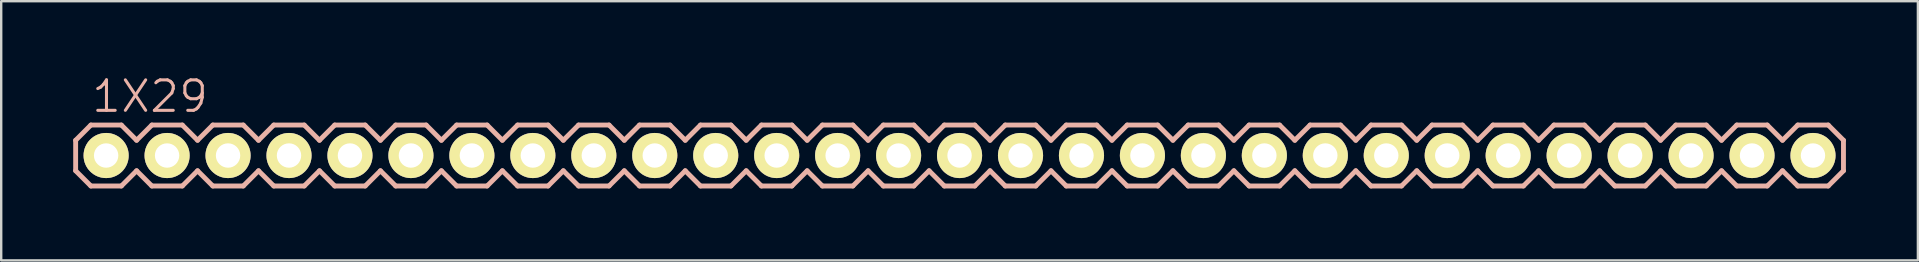
<source format=kicad_pcb>
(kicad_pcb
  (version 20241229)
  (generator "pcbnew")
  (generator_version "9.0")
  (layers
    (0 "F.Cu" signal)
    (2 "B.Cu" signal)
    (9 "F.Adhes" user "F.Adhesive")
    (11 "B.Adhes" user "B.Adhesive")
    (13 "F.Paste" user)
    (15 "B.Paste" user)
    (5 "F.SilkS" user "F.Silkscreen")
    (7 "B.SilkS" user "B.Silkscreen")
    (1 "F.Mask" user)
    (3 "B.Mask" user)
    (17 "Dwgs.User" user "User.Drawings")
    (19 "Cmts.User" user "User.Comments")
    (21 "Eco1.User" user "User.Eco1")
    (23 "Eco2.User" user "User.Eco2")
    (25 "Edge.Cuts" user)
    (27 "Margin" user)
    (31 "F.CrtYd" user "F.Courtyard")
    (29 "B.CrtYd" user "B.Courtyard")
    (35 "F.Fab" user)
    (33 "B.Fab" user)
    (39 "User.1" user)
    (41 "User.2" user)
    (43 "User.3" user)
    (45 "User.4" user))
  (footprint "1X29"
    (layer "F.Cu")
    (at 1.372 3.43)
    (property "Reference" "1X29" (at 1.829 -2.464 0) (layer "B.SilkS") (effects (font (size 1.27 1.27) (thickness 0.127))))
    (attr exclude_from_pos_files exclude_from_bom)
    (fp_line (start -0.254 -0.254) (end 0.254 -0.254) (stroke (width 0.066) (type solid)) (layer "F.SilkS"))
    (fp_line (start -0.254 0.254) (end -0.254 -0.254) (stroke (width 0.066) (type solid)) (layer "F.SilkS"))
    (fp_line (start -0.254 0.254) (end 0.254 0.254) (stroke (width 0.066) (type solid)) (layer "F.SilkS"))
    (fp_line (start 0.254 0.254) (end 0.254 -0.254) (stroke (width 0.066) (type solid)) (layer "F.SilkS"))
    (fp_line (start 2.286 -0.254) (end 2.794 -0.254) (stroke (width 0.066) (type solid)) (layer "F.SilkS"))
    (fp_line (start 2.286 0.254) (end 2.286 -0.254) (stroke (width 0.066) (type solid)) (layer "F.SilkS"))
    (fp_line (start 2.286 0.254) (end 2.794 0.254) (stroke (width 0.066) (type solid)) (layer "F.SilkS"))
    (fp_line (start 2.794 0.254) (end 2.794 -0.254) (stroke (width 0.066) (type solid)) (layer "F.SilkS"))
    (fp_line (start 4.826 -0.254) (end 5.334 -0.254) (stroke (width 0.066) (type solid)) (layer "F.SilkS"))
    (fp_line (start 4.826 0.254) (end 4.826 -0.254) (stroke (width 0.066) (type solid)) (layer "F.SilkS"))
    (fp_line (start 4.826 0.254) (end 5.334 0.254) (stroke (width 0.066) (type solid)) (layer "F.SilkS"))
    (fp_line (start 5.334 0.254) (end 5.334 -0.254) (stroke (width 0.066) (type solid)) (layer "F.SilkS"))
    (fp_line (start 7.366 -0.254) (end 7.874 -0.254) (stroke (width 0.066) (type solid)) (layer "F.SilkS"))
    (fp_line (start 7.366 0.254) (end 7.366 -0.254) (stroke (width 0.066) (type solid)) (layer "F.SilkS"))
    (fp_line (start 7.366 0.254) (end 7.874 0.254) (stroke (width 0.066) (type solid)) (layer "F.SilkS"))
    (fp_line (start 7.874 0.254) (end 7.874 -0.254) (stroke (width 0.066) (type solid)) (layer "F.SilkS"))
    (fp_line (start 9.906 -0.254) (end 10.414 -0.254) (stroke (width 0.066) (type solid)) (layer "F.SilkS"))
    (fp_line (start 9.906 0.254) (end 9.906 -0.254) (stroke (width 0.066) (type solid)) (layer "F.SilkS"))
    (fp_line (start 9.906 0.254) (end 10.414 0.254) (stroke (width 0.066) (type solid)) (layer "F.SilkS"))
    (fp_line (start 10.414 0.254) (end 10.414 -0.254) (stroke (width 0.066) (type solid)) (layer "F.SilkS"))
    (fp_line (start 12.446 -0.254) (end 12.954 -0.254) (stroke (width 0.066) (type solid)) (layer "F.SilkS"))
    (fp_line (start 12.446 0.254) (end 12.446 -0.254) (stroke (width 0.066) (type solid)) (layer "F.SilkS"))
    (fp_line (start 12.446 0.254) (end 12.954 0.254) (stroke (width 0.066) (type solid)) (layer "F.SilkS"))
    (fp_line (start 12.954 0.254) (end 12.954 -0.254) (stroke (width 0.066) (type solid)) (layer "F.SilkS"))
    (fp_line (start 14.986 -0.254) (end 15.494 -0.254) (stroke (width 0.066) (type solid)) (layer "F.SilkS"))
    (fp_line (start 14.986 0.254) (end 14.986 -0.254) (stroke (width 0.066) (type solid)) (layer "F.SilkS"))
    (fp_line (start 14.986 0.254) (end 15.494 0.254) (stroke (width 0.066) (type solid)) (layer "F.SilkS"))
    (fp_line (start 15.494 0.254) (end 15.494 -0.254) (stroke (width 0.066) (type solid)) (layer "F.SilkS"))
    (fp_line (start 17.523 -0.254) (end 18.034 -0.254) (stroke (width 0.066) (type solid)) (layer "F.SilkS"))
    (fp_line (start 17.523 0.254) (end 17.523 -0.254) (stroke (width 0.066) (type solid)) (layer "F.SilkS"))
    (fp_line (start 17.523 0.254) (end 18.034 0.254) (stroke (width 0.066) (type solid)) (layer "F.SilkS"))
    (fp_line (start 18.034 0.254) (end 18.034 -0.254) (stroke (width 0.066) (type solid)) (layer "F.SilkS"))
    (fp_line (start 20.066 -0.254) (end 20.574 -0.254) (stroke (width 0.066) (type solid)) (layer "F.SilkS"))
    (fp_line (start 20.066 0.254) (end 20.066 -0.254) (stroke (width 0.066) (type solid)) (layer "F.SilkS"))
    (fp_line (start 20.066 0.254) (end 20.574 0.254) (stroke (width 0.066) (type solid)) (layer "F.SilkS"))
    (fp_line (start 20.574 0.254) (end 20.574 -0.254) (stroke (width 0.066) (type solid)) (layer "F.SilkS"))
    (fp_line (start 22.606 -0.254) (end 23.114 -0.254) (stroke (width 0.066) (type solid)) (layer "F.SilkS"))
    (fp_line (start 22.606 0.254) (end 22.606 -0.254) (stroke (width 0.066) (type solid)) (layer "F.SilkS"))
    (fp_line (start 22.606 0.254) (end 23.114 0.254) (stroke (width 0.066) (type solid)) (layer "F.SilkS"))
    (fp_line (start 23.114 0.254) (end 23.114 -0.254) (stroke (width 0.066) (type solid)) (layer "F.SilkS"))
    (fp_line (start 25.146 -0.254) (end 25.654 -0.254) (stroke (width 0.066) (type solid)) (layer "F.SilkS"))
    (fp_line (start 25.146 0.254) (end 25.146 -0.254) (stroke (width 0.066) (type solid)) (layer "F.SilkS"))
    (fp_line (start 25.146 0.254) (end 25.654 0.254) (stroke (width 0.066) (type solid)) (layer "F.SilkS"))
    (fp_line (start 25.654 0.254) (end 25.654 -0.254) (stroke (width 0.066) (type solid)) (layer "F.SilkS"))
    (fp_line (start 27.686 -0.254) (end 28.194 -0.254) (stroke (width 0.066) (type solid)) (layer "F.SilkS"))
    (fp_line (start 27.686 0.254) (end 27.686 -0.254) (stroke (width 0.066) (type solid)) (layer "F.SilkS"))
    (fp_line (start 27.686 0.254) (end 28.194 0.254) (stroke (width 0.066) (type solid)) (layer "F.SilkS"))
    (fp_line (start 28.194 0.254) (end 28.194 -0.254) (stroke (width 0.066) (type solid)) (layer "F.SilkS"))
    (fp_line (start 30.226 -0.254) (end 30.734 -0.254) (stroke (width 0.066) (type solid)) (layer "F.SilkS"))
    (fp_line (start 30.226 0.254) (end 30.226 -0.254) (stroke (width 0.066) (type solid)) (layer "F.SilkS"))
    (fp_line (start 30.226 0.254) (end 30.734 0.254) (stroke (width 0.066) (type solid)) (layer "F.SilkS"))
    (fp_line (start 30.734 0.254) (end 30.734 -0.254) (stroke (width 0.066) (type solid)) (layer "F.SilkS"))
    (fp_line (start 32.766 -0.254) (end 33.274 -0.254) (stroke (width 0.066) (type solid)) (layer "F.SilkS"))
    (fp_line (start 32.766 0.254) (end 32.766 -0.254) (stroke (width 0.066) (type solid)) (layer "F.SilkS"))
    (fp_line (start 32.766 0.254) (end 33.274 0.254) (stroke (width 0.066) (type solid)) (layer "F.SilkS"))
    (fp_line (start 33.274 0.254) (end 33.274 -0.254) (stroke (width 0.066) (type solid)) (layer "F.SilkS"))
    (fp_line (start 35.303 -0.254) (end 35.814 -0.254) (stroke (width 0.066) (type solid)) (layer "F.SilkS"))
    (fp_line (start 35.303 0.254) (end 35.303 -0.254) (stroke (width 0.066) (type solid)) (layer "F.SilkS"))
    (fp_line (start 35.303 0.254) (end 35.814 0.254) (stroke (width 0.066) (type solid)) (layer "F.SilkS"))
    (fp_line (start 35.814 0.254) (end 35.814 -0.254) (stroke (width 0.066) (type solid)) (layer "F.SilkS"))
    (fp_line (start 37.846 -0.254) (end 38.354 -0.254) (stroke (width 0.066) (type solid)) (layer "F.SilkS"))
    (fp_line (start 37.846 0.254) (end 37.846 -0.254) (stroke (width 0.066) (type solid)) (layer "F.SilkS"))
    (fp_line (start 37.846 0.254) (end 38.354 0.254) (stroke (width 0.066) (type solid)) (layer "F.SilkS"))
    (fp_line (start 38.354 0.254) (end 38.354 -0.254) (stroke (width 0.066) (type solid)) (layer "F.SilkS"))
    (fp_line (start 40.386 -0.254) (end 40.894 -0.254) (stroke (width 0.066) (type solid)) (layer "F.SilkS"))
    (fp_line (start 40.386 0.254) (end 40.386 -0.254) (stroke (width 0.066) (type solid)) (layer "F.SilkS"))
    (fp_line (start 40.386 0.254) (end 40.894 0.254) (stroke (width 0.066) (type solid)) (layer "F.SilkS"))
    (fp_line (start 40.894 0.254) (end 40.894 -0.254) (stroke (width 0.066) (type solid)) (layer "F.SilkS"))
    (fp_line (start 42.926 -0.254) (end 43.434 -0.254) (stroke (width 0.066) (type solid)) (layer "F.SilkS"))
    (fp_line (start 42.926 0.254) (end 42.926 -0.254) (stroke (width 0.066) (type solid)) (layer "F.SilkS"))
    (fp_line (start 42.926 0.254) (end 43.434 0.254) (stroke (width 0.066) (type solid)) (layer "F.SilkS"))
    (fp_line (start 43.434 0.254) (end 43.434 -0.254) (stroke (width 0.066) (type solid)) (layer "F.SilkS"))
    (fp_line (start 45.466 -0.254) (end 45.974 -0.254) (stroke (width 0.066) (type solid)) (layer "F.SilkS"))
    (fp_line (start 45.466 0.254) (end 45.466 -0.254) (stroke (width 0.066) (type solid)) (layer "F.SilkS"))
    (fp_line (start 45.466 0.254) (end 45.974 0.254) (stroke (width 0.066) (type solid)) (layer "F.SilkS"))
    (fp_line (start 45.974 0.254) (end 45.974 -0.254) (stroke (width 0.066) (type solid)) (layer "F.SilkS"))
    (fp_line (start 48.006 -0.254) (end 48.514 -0.254) (stroke (width 0.066) (type solid)) (layer "F.SilkS"))
    (fp_line (start 48.006 0.254) (end 48.006 -0.254) (stroke (width 0.066) (type solid)) (layer "F.SilkS"))
    (fp_line (start 48.006 0.254) (end 48.514 0.254) (stroke (width 0.066) (type solid)) (layer "F.SilkS"))
    (fp_line (start 48.514 0.254) (end 48.514 -0.254) (stroke (width 0.066) (type solid)) (layer "F.SilkS"))
    (fp_line (start 50.546 -0.254) (end 51.051 -0.254) (stroke (width 0.066) (type solid)) (layer "F.SilkS"))
    (fp_line (start 50.546 0.254) (end 50.546 -0.254) (stroke (width 0.066) (type solid)) (layer "F.SilkS"))
    (fp_line (start 50.546 0.254) (end 51.051 0.254) (stroke (width 0.066) (type solid)) (layer "F.SilkS"))
    (fp_line (start 51.051 0.254) (end 51.051 -0.254) (stroke (width 0.066) (type solid)) (layer "F.SilkS"))
    (fp_line (start 53.086 -0.254) (end 53.594 -0.254) (stroke (width 0.066) (type solid)) (layer "F.SilkS"))
    (fp_line (start 53.086 0.254) (end 53.086 -0.254) (stroke (width 0.066) (type solid)) (layer "F.SilkS"))
    (fp_line (start 53.086 0.254) (end 53.594 0.254) (stroke (width 0.066) (type solid)) (layer "F.SilkS"))
    (fp_line (start 53.594 0.254) (end 53.594 -0.254) (stroke (width 0.066) (type solid)) (layer "F.SilkS"))
    (fp_line (start 55.626 -0.254) (end 56.134 -0.254) (stroke (width 0.066) (type solid)) (layer "F.SilkS"))
    (fp_line (start 55.626 0.254) (end 55.626 -0.254) (stroke (width 0.066) (type solid)) (layer "F.SilkS"))
    (fp_line (start 55.626 0.254) (end 56.134 0.254) (stroke (width 0.066) (type solid)) (layer "F.SilkS"))
    (fp_line (start 56.134 0.254) (end 56.134 -0.254) (stroke (width 0.066) (type solid)) (layer "F.SilkS"))
    (fp_line (start 58.166 -0.254) (end 58.674 -0.254) (stroke (width 0.066) (type solid)) (layer "F.SilkS"))
    (fp_line (start 58.166 0.254) (end 58.166 -0.254) (stroke (width 0.066) (type solid)) (layer "F.SilkS"))
    (fp_line (start 58.166 0.254) (end 58.674 0.254) (stroke (width 0.066) (type solid)) (layer "F.SilkS"))
    (fp_line (start 58.674 0.254) (end 58.674 -0.254) (stroke (width 0.066) (type solid)) (layer "F.SilkS"))
    (fp_line (start 60.706 -0.254) (end 61.214 -0.254) (stroke (width 0.066) (type solid)) (layer "F.SilkS"))
    (fp_line (start 60.706 0.254) (end 60.706 -0.254) (stroke (width 0.066) (type solid)) (layer "F.SilkS"))
    (fp_line (start 60.706 0.254) (end 61.214 0.254) (stroke (width 0.066) (type solid)) (layer "F.SilkS"))
    (fp_line (start 61.214 0.254) (end 61.214 -0.254) (stroke (width 0.066) (type solid)) (layer "F.SilkS"))
    (fp_line (start 63.246 -0.254) (end 63.751 -0.254) (stroke (width 0.066) (type solid)) (layer "F.SilkS"))
    (fp_line (start 63.246 0.254) (end 63.246 -0.254) (stroke (width 0.066) (type solid)) (layer "F.SilkS"))
    (fp_line (start 63.246 0.254) (end 63.751 0.254) (stroke (width 0.066) (type solid)) (layer "F.SilkS"))
    (fp_line (start 63.751 0.254) (end 63.751 -0.254) (stroke (width 0.066) (type solid)) (layer "F.SilkS"))
    (fp_line (start 65.786 -0.254) (end 66.294 -0.254) (stroke (width 0.066) (type solid)) (layer "F.SilkS"))
    (fp_line (start 65.786 0.254) (end 65.786 -0.254) (stroke (width 0.066) (type solid)) (layer "F.SilkS"))
    (fp_line (start 65.786 0.254) (end 66.294 0.254) (stroke (width 0.066) (type solid)) (layer "F.SilkS"))
    (fp_line (start 66.294 0.254) (end 66.294 -0.254) (stroke (width 0.066) (type solid)) (layer "F.SilkS"))
    (fp_line (start 68.326 -0.254) (end 68.834 -0.254) (stroke (width 0.066) (type solid)) (layer "F.SilkS"))
    (fp_line (start 68.326 0.254) (end 68.326 -0.254) (stroke (width 0.066) (type solid)) (layer "F.SilkS"))
    (fp_line (start 68.326 0.254) (end 68.834 0.254) (stroke (width 0.066) (type solid)) (layer "F.SilkS"))
    (fp_line (start 68.834 0.254) (end 68.834 -0.254) (stroke (width 0.066) (type solid)) (layer "F.SilkS"))
    (fp_line (start 70.866 -0.254) (end 71.374 -0.254) (stroke (width 0.066) (type solid)) (layer "F.SilkS"))
    (fp_line (start 70.866 0.254) (end 70.866 -0.254) (stroke (width 0.066) (type solid)) (layer "F.SilkS"))
    (fp_line (start 70.866 0.254) (end 71.374 0.254) (stroke (width 0.066) (type solid)) (layer "F.SilkS"))
    (fp_line (start 71.374 0.254) (end 71.374 -0.254) (stroke (width 0.066) (type solid)) (layer "F.SilkS"))
    (fp_line (start -1.27 -0.635) (end -1.27 0.635) (stroke (width 0.203) (type solid)) (layer "B.SilkS"))
    (fp_line (start -1.27 0.635) (end -0.635 1.27) (stroke (width 0.203) (type solid)) (layer "B.SilkS"))
    (fp_line (start -0.635 -1.27) (end -1.27 -0.635) (stroke (width 0.203) (type solid)) (layer "B.SilkS"))
    (fp_line (start -0.635 -1.27) (end 0.635 -1.27) (stroke (width 0.203) (type solid)) (layer "B.SilkS"))
    (fp_line (start 0.635 -1.27) (end 1.27 -0.635) (stroke (width 0.203) (type solid)) (layer "B.SilkS"))
    (fp_line (start 0.635 1.27) (end -0.635 1.27) (stroke (width 0.203) (type solid)) (layer "B.SilkS"))
    (fp_line (start 1.27 -0.635) (end 1.905 -1.27) (stroke (width 0.203) (type solid)) (layer "B.SilkS"))
    (fp_line (start 1.27 0.635) (end 0.635 1.27) (stroke (width 0.203) (type solid)) (layer "B.SilkS"))
    (fp_line (start 1.905 -1.27) (end 3.175 -1.27) (stroke (width 0.203) (type solid)) (layer "B.SilkS"))
    (fp_line (start 1.905 1.27) (end 1.27 0.635) (stroke (width 0.203) (type solid)) (layer "B.SilkS"))
    (fp_line (start 3.175 -1.27) (end 3.81 -0.635) (stroke (width 0.203) (type solid)) (layer "B.SilkS"))
    (fp_line (start 3.175 1.27) (end 1.905 1.27) (stroke (width 0.203) (type solid)) (layer "B.SilkS"))
    (fp_line (start 3.81 -0.635) (end 4.445 -1.27) (stroke (width 0.203) (type solid)) (layer "B.SilkS"))
    (fp_line (start 3.81 0.635) (end 3.175 1.27) (stroke (width 0.203) (type solid)) (layer "B.SilkS"))
    (fp_line (start 4.445 -1.27) (end 5.715 -1.27) (stroke (width 0.203) (type solid)) (layer "B.SilkS"))
    (fp_line (start 4.445 1.27) (end 3.81 0.635) (stroke (width 0.203) (type solid)) (layer "B.SilkS"))
    (fp_line (start 5.715 -1.27) (end 6.35 -0.635) (stroke (width 0.203) (type solid)) (layer "B.SilkS"))
    (fp_line (start 5.715 1.27) (end 4.445 1.27) (stroke (width 0.203) (type solid)) (layer "B.SilkS"))
    (fp_line (start 6.35 0.635) (end 5.715 1.27) (stroke (width 0.203) (type solid)) (layer "B.SilkS"))
    (fp_line (start 6.35 0.635) (end 6.985 1.27) (stroke (width 0.203) (type solid)) (layer "B.SilkS"))
    (fp_line (start 6.985 -1.27) (end 6.35 -0.635) (stroke (width 0.203) (type solid)) (layer "B.SilkS"))
    (fp_line (start 6.985 -1.27) (end 8.255 -1.27) (stroke (width 0.203) (type solid)) (layer "B.SilkS"))
    (fp_line (start 8.255 -1.27) (end 8.89 -0.635) (stroke (width 0.203) (type solid)) (layer "B.SilkS"))
    (fp_line (start 8.255 1.27) (end 6.985 1.27) (stroke (width 0.203) (type solid)) (layer "B.SilkS"))
    (fp_line (start 8.89 -0.635) (end 9.525 -1.27) (stroke (width 0.203) (type solid)) (layer "B.SilkS"))
    (fp_line (start 8.89 0.635) (end 8.255 1.27) (stroke (width 0.203) (type solid)) (layer "B.SilkS"))
    (fp_line (start 9.525 -1.27) (end 10.795 -1.27) (stroke (width 0.203) (type solid)) (layer "B.SilkS"))
    (fp_line (start 9.525 1.27) (end 8.89 0.635) (stroke (width 0.203) (type solid)) (layer "B.SilkS"))
    (fp_line (start 10.795 -1.27) (end 11.43 -0.635) (stroke (width 0.203) (type solid)) (layer "B.SilkS"))
    (fp_line (start 10.795 1.27) (end 9.525 1.27) (stroke (width 0.203) (type solid)) (layer "B.SilkS"))
    (fp_line (start 11.43 -0.635) (end 12.065 -1.27) (stroke (width 0.203) (type solid)) (layer "B.SilkS"))
    (fp_line (start 11.43 0.635) (end 10.795 1.27) (stroke (width 0.203) (type solid)) (layer "B.SilkS"))
    (fp_line (start 12.065 -1.27) (end 13.335 -1.27) (stroke (width 0.203) (type solid)) (layer "B.SilkS"))
    (fp_line (start 12.065 1.27) (end 11.43 0.635) (stroke (width 0.203) (type solid)) (layer "B.SilkS"))
    (fp_line (start 13.335 -1.27) (end 13.97 -0.635) (stroke (width 0.203) (type solid)) (layer "B.SilkS"))
    (fp_line (start 13.335 1.27) (end 12.065 1.27) (stroke (width 0.203) (type solid)) (layer "B.SilkS"))
    (fp_line (start 13.97 0.635) (end 13.335 1.27) (stroke (width 0.203) (type solid)) (layer "B.SilkS"))
    (fp_line (start 13.97 0.635) (end 14.605 1.27) (stroke (width 0.203) (type solid)) (layer "B.SilkS"))
    (fp_line (start 14.605 -1.27) (end 13.97 -0.635) (stroke (width 0.203) (type solid)) (layer "B.SilkS"))
    (fp_line (start 14.605 -1.27) (end 15.875 -1.27) (stroke (width 0.203) (type solid)) (layer "B.SilkS"))
    (fp_line (start 15.875 -1.27) (end 16.51 -0.635) (stroke (width 0.203) (type solid)) (layer "B.SilkS"))
    (fp_line (start 15.875 1.27) (end 14.605 1.27) (stroke (width 0.203) (type solid)) (layer "B.SilkS"))
    (fp_line (start 16.51 0.635) (end 15.875 1.27) (stroke (width 0.203) (type solid)) (layer "B.SilkS"))
    (fp_line (start 16.51 0.635) (end 17.145 1.27) (stroke (width 0.203) (type solid)) (layer "B.SilkS"))
    (fp_line (start 17.145 -1.27) (end 16.51 -0.635) (stroke (width 0.203) (type solid)) (layer "B.SilkS"))
    (fp_line (start 17.145 -1.27) (end 18.415 -1.27) (stroke (width 0.203) (type solid)) (layer "B.SilkS"))
    (fp_line (start 18.415 -1.27) (end 19.05 -0.635) (stroke (width 0.203) (type solid)) (layer "B.SilkS"))
    (fp_line (start 18.415 1.27) (end 17.145 1.27) (stroke (width 0.203) (type solid)) (layer "B.SilkS"))
    (fp_line (start 19.05 -0.635) (end 19.685 -1.27) (stroke (width 0.203) (type solid)) (layer "B.SilkS"))
    (fp_line (start 19.05 0.635) (end 18.415 1.27) (stroke (width 0.203) (type solid)) (layer "B.SilkS"))
    (fp_line (start 19.685 -1.27) (end 20.955 -1.27) (stroke (width 0.203) (type solid)) (layer "B.SilkS"))
    (fp_line (start 19.685 1.27) (end 19.05 0.635) (stroke (width 0.203) (type solid)) (layer "B.SilkS"))
    (fp_line (start 20.955 -1.27) (end 21.59 -0.635) (stroke (width 0.203) (type solid)) (layer "B.SilkS"))
    (fp_line (start 20.955 1.27) (end 19.685 1.27) (stroke (width 0.203) (type solid)) (layer "B.SilkS"))
    (fp_line (start 21.59 -0.635) (end 22.225 -1.27) (stroke (width 0.203) (type solid)) (layer "B.SilkS"))
    (fp_line (start 21.59 0.635) (end 20.955 1.27) (stroke (width 0.203) (type solid)) (layer "B.SilkS"))
    (fp_line (start 22.225 -1.27) (end 23.495 -1.27) (stroke (width 0.203) (type solid)) (layer "B.SilkS"))
    (fp_line (start 22.225 1.27) (end 21.59 0.635) (stroke (width 0.203) (type solid)) (layer "B.SilkS"))
    (fp_line (start 23.495 -1.27) (end 24.13 -0.635) (stroke (width 0.203) (type solid)) (layer "B.SilkS"))
    (fp_line (start 23.495 1.27) (end 22.225 1.27) (stroke (width 0.203) (type solid)) (layer "B.SilkS"))
    (fp_line (start 24.13 0.635) (end 23.495 1.27) (stroke (width 0.203) (type solid)) (layer "B.SilkS"))
    (fp_line (start 24.13 0.635) (end 24.765 1.27) (stroke (width 0.203) (type solid)) (layer "B.SilkS"))
    (fp_line (start 24.765 -1.27) (end 24.13 -0.635) (stroke (width 0.203) (type solid)) (layer "B.SilkS"))
    (fp_line (start 24.765 -1.27) (end 26.035 -1.27) (stroke (width 0.203) (type solid)) (layer "B.SilkS"))
    (fp_line (start 26.035 -1.27) (end 26.67 -0.635) (stroke (width 0.203) (type solid)) (layer "B.SilkS"))
    (fp_line (start 26.035 1.27) (end 24.765 1.27) (stroke (width 0.203) (type solid)) (layer "B.SilkS"))
    (fp_line (start 26.67 -0.635) (end 27.305 -1.27) (stroke (width 0.203) (type solid)) (layer "B.SilkS"))
    (fp_line (start 26.67 0.635) (end 26.035 1.27) (stroke (width 0.203) (type solid)) (layer "B.SilkS"))
    (fp_line (start 27.305 -1.27) (end 28.575 -1.27) (stroke (width 0.203) (type solid)) (layer "B.SilkS"))
    (fp_line (start 27.305 1.27) (end 26.67 0.635) (stroke (width 0.203) (type solid)) (layer "B.SilkS"))
    (fp_line (start 28.575 -1.27) (end 29.21 -0.635) (stroke (width 0.203) (type solid)) (layer "B.SilkS"))
    (fp_line (start 28.575 1.27) (end 27.305 1.27) (stroke (width 0.203) (type solid)) (layer "B.SilkS"))
    (fp_line (start 29.21 -0.635) (end 29.845 -1.27) (stroke (width 0.203) (type solid)) (layer "B.SilkS"))
    (fp_line (start 29.21 0.635) (end 28.575 1.27) (stroke (width 0.203) (type solid)) (layer "B.SilkS"))
    (fp_line (start 29.845 -1.27) (end 31.115 -1.27) (stroke (width 0.203) (type solid)) (layer "B.SilkS"))
    (fp_line (start 29.845 1.27) (end 29.21 0.635) (stroke (width 0.203) (type solid)) (layer "B.SilkS"))
    (fp_line (start 31.115 -1.27) (end 31.75 -0.635) (stroke (width 0.203) (type solid)) (layer "B.SilkS"))
    (fp_line (start 31.115 1.27) (end 29.845 1.27) (stroke (width 0.203) (type solid)) (layer "B.SilkS"))
    (fp_line (start 31.75 0.635) (end 31.115 1.27) (stroke (width 0.203) (type solid)) (layer "B.SilkS"))
    (fp_line (start 31.75 0.635) (end 32.385 1.27) (stroke (width 0.203) (type solid)) (layer "B.SilkS"))
    (fp_line (start 32.385 -1.27) (end 31.75 -0.635) (stroke (width 0.203) (type solid)) (layer "B.SilkS"))
    (fp_line (start 32.385 -1.27) (end 33.655 -1.27) (stroke (width 0.203) (type solid)) (layer "B.SilkS"))
    (fp_line (start 33.655 -1.27) (end 34.29 -0.635) (stroke (width 0.203) (type solid)) (layer "B.SilkS"))
    (fp_line (start 33.655 1.27) (end 32.385 1.27) (stroke (width 0.203) (type solid)) (layer "B.SilkS"))
    (fp_line (start 34.29 0.635) (end 33.655 1.27) (stroke (width 0.203) (type solid)) (layer "B.SilkS"))
    (fp_line (start 34.29 0.635) (end 34.925 1.27) (stroke (width 0.203) (type solid)) (layer "B.SilkS"))
    (fp_line (start 34.925 -1.27) (end 34.29 -0.635) (stroke (width 0.203) (type solid)) (layer "B.SilkS"))
    (fp_line (start 34.925 -1.27) (end 36.195 -1.27) (stroke (width 0.203) (type solid)) (layer "B.SilkS"))
    (fp_line (start 36.195 -1.27) (end 36.83 -0.635) (stroke (width 0.203) (type solid)) (layer "B.SilkS"))
    (fp_line (start 36.195 1.27) (end 34.925 1.27) (stroke (width 0.203) (type solid)) (layer "B.SilkS"))
    (fp_line (start 36.83 0.635) (end 36.195 1.27) (stroke (width 0.203) (type solid)) (layer "B.SilkS"))
    (fp_line (start 36.83 0.635) (end 37.465 1.27) (stroke (width 0.203) (type solid)) (layer "B.SilkS"))
    (fp_line (start 37.465 -1.27) (end 36.83 -0.635) (stroke (width 0.203) (type solid)) (layer "B.SilkS"))
    (fp_line (start 37.465 -1.27) (end 38.735 -1.27) (stroke (width 0.203) (type solid)) (layer "B.SilkS"))
    (fp_line (start 38.735 -1.27) (end 39.37 -0.635) (stroke (width 0.203) (type solid)) (layer "B.SilkS"))
    (fp_line (start 38.735 1.27) (end 37.465 1.27) (stroke (width 0.203) (type solid)) (layer "B.SilkS"))
    (fp_line (start 39.37 0.635) (end 38.735 1.27) (stroke (width 0.203) (type solid)) (layer "B.SilkS"))
    (fp_line (start 39.37 0.635) (end 40.005 1.27) (stroke (width 0.203) (type solid)) (layer "B.SilkS"))
    (fp_line (start 40.005 -1.27) (end 39.37 -0.635) (stroke (width 0.203) (type solid)) (layer "B.SilkS"))
    (fp_line (start 40.005 -1.27) (end 41.275 -1.27) (stroke (width 0.203) (type solid)) (layer "B.SilkS"))
    (fp_line (start 41.275 -1.27) (end 41.91 -0.635) (stroke (width 0.203) (type solid)) (layer "B.SilkS"))
    (fp_line (start 41.275 1.27) (end 40.005 1.27) (stroke (width 0.203) (type solid)) (layer "B.SilkS"))
    (fp_line (start 41.91 0.635) (end 41.275 1.27) (stroke (width 0.203) (type solid)) (layer "B.SilkS"))
    (fp_line (start 41.91 0.635) (end 42.545 1.27) (stroke (width 0.203) (type solid)) (layer "B.SilkS"))
    (fp_line (start 42.545 -1.27) (end 41.91 -0.635) (stroke (width 0.203) (type solid)) (layer "B.SilkS"))
    (fp_line (start 42.545 -1.27) (end 43.815 -1.27) (stroke (width 0.203) (type solid)) (layer "B.SilkS"))
    (fp_line (start 43.815 -1.27) (end 44.45 -0.635) (stroke (width 0.203) (type solid)) (layer "B.SilkS"))
    (fp_line (start 43.815 1.27) (end 42.545 1.27) (stroke (width 0.203) (type solid)) (layer "B.SilkS"))
    (fp_line (start 44.45 0.635) (end 43.815 1.27) (stroke (width 0.203) (type solid)) (layer "B.SilkS"))
    (fp_line (start 44.45 0.635) (end 45.085 1.27) (stroke (width 0.203) (type solid)) (layer "B.SilkS"))
    (fp_line (start 45.085 -1.27) (end 44.45 -0.635) (stroke (width 0.203) (type solid)) (layer "B.SilkS"))
    (fp_line (start 45.085 -1.27) (end 46.355 -1.27) (stroke (width 0.203) (type solid)) (layer "B.SilkS"))
    (fp_line (start 46.355 -1.27) (end 46.99 -0.635) (stroke (width 0.203) (type solid)) (layer "B.SilkS"))
    (fp_line (start 46.355 1.27) (end 45.085 1.27) (stroke (width 0.203) (type solid)) (layer "B.SilkS"))
    (fp_line (start 46.99 0.635) (end 46.355 1.27) (stroke (width 0.203) (type solid)) (layer "B.SilkS"))
    (fp_line (start 46.99 0.635) (end 47.625 1.27) (stroke (width 0.203) (type solid)) (layer "B.SilkS"))
    (fp_line (start 47.625 -1.27) (end 46.99 -0.635) (stroke (width 0.203) (type solid)) (layer "B.SilkS"))
    (fp_line (start 47.625 -1.27) (end 48.895 -1.27) (stroke (width 0.203) (type solid)) (layer "B.SilkS"))
    (fp_line (start 48.895 -1.27) (end 49.53 -0.635) (stroke (width 0.203) (type solid)) (layer "B.SilkS"))
    (fp_line (start 48.895 1.27) (end 47.625 1.27) (stroke (width 0.203) (type solid)) (layer "B.SilkS"))
    (fp_line (start 49.53 0.635) (end 48.895 1.27) (stroke (width 0.203) (type solid)) (layer "B.SilkS"))
    (fp_line (start 49.53 0.635) (end 50.165 1.27) (stroke (width 0.203) (type solid)) (layer "B.SilkS"))
    (fp_line (start 50.165 -1.27) (end 49.53 -0.635) (stroke (width 0.203) (type solid)) (layer "B.SilkS"))
    (fp_line (start 50.165 -1.27) (end 51.435 -1.27) (stroke (width 0.203) (type solid)) (layer "B.SilkS"))
    (fp_line (start 51.435 -1.27) (end 52.07 -0.635) (stroke (width 0.203) (type solid)) (layer "B.SilkS"))
    (fp_line (start 51.435 1.27) (end 50.165 1.27) (stroke (width 0.203) (type solid)) (layer "B.SilkS"))
    (fp_line (start 52.07 0.635) (end 51.435 1.27) (stroke (width 0.203) (type solid)) (layer "B.SilkS"))
    (fp_line (start 52.07 0.635) (end 52.705 1.27) (stroke (width 0.203) (type solid)) (layer "B.SilkS"))
    (fp_line (start 52.705 -1.27) (end 52.07 -0.635) (stroke (width 0.203) (type solid)) (layer "B.SilkS"))
    (fp_line (start 52.705 -1.27) (end 53.975 -1.27) (stroke (width 0.203) (type solid)) (layer "B.SilkS"))
    (fp_line (start 53.975 -1.27) (end 54.61 -0.635) (stroke (width 0.203) (type solid)) (layer "B.SilkS"))
    (fp_line (start 53.975 1.27) (end 52.705 1.27) (stroke (width 0.203) (type solid)) (layer "B.SilkS"))
    (fp_line (start 54.61 0.635) (end 53.975 1.27) (stroke (width 0.203) (type solid)) (layer "B.SilkS"))
    (fp_line (start 54.61 0.635) (end 55.245 1.27) (stroke (width 0.203) (type solid)) (layer "B.SilkS"))
    (fp_line (start 55.245 -1.27) (end 54.61 -0.635) (stroke (width 0.203) (type solid)) (layer "B.SilkS"))
    (fp_line (start 55.245 -1.27) (end 56.515 -1.27) (stroke (width 0.203) (type solid)) (layer "B.SilkS"))
    (fp_line (start 56.515 -1.27) (end 57.15 -0.635) (stroke (width 0.203) (type solid)) (layer "B.SilkS"))
    (fp_line (start 56.515 1.27) (end 55.245 1.27) (stroke (width 0.203) (type solid)) (layer "B.SilkS"))
    (fp_line (start 57.15 -0.635) (end 57.785 -1.27) (stroke (width 0.203) (type solid)) (layer "B.SilkS"))
    (fp_line (start 57.15 0.635) (end 56.515 1.27) (stroke (width 0.203) (type solid)) (layer "B.SilkS"))
    (fp_line (start 57.15 0.635) (end 57.785 1.27) (stroke (width 0.203) (type solid)) (layer "B.SilkS"))
    (fp_line (start 57.785 -1.27) (end 59.055 -1.27) (stroke (width 0.203) (type solid)) (layer "B.SilkS"))
    (fp_line (start 59.055 -1.27) (end 59.69 -0.635) (stroke (width 0.203) (type solid)) (layer "B.SilkS"))
    (fp_line (start 59.055 1.27) (end 57.785 1.27) (stroke (width 0.203) (type solid)) (layer "B.SilkS"))
    (fp_line (start 59.69 0.635) (end 59.055 1.27) (stroke (width 0.203) (type solid)) (layer "B.SilkS"))
    (fp_line (start 59.69 0.635) (end 60.325 1.27) (stroke (width 0.203) (type solid)) (layer "B.SilkS"))
    (fp_line (start 60.325 -1.27) (end 59.69 -0.635) (stroke (width 0.203) (type solid)) (layer "B.SilkS"))
    (fp_line (start 60.325 -1.27) (end 61.595 -1.27) (stroke (width 0.203) (type solid)) (layer "B.SilkS"))
    (fp_line (start 61.595 -1.27) (end 62.23 -0.635) (stroke (width 0.203) (type solid)) (layer "B.SilkS"))
    (fp_line (start 61.595 1.27) (end 60.325 1.27) (stroke (width 0.203) (type solid)) (layer "B.SilkS"))
    (fp_line (start 62.23 -0.635) (end 62.865 -1.27) (stroke (width 0.203) (type solid)) (layer "B.SilkS"))
    (fp_line (start 62.23 0.635) (end 61.595 1.27) (stroke (width 0.203) (type solid)) (layer "B.SilkS"))
    (fp_line (start 62.23 0.635) (end 62.865 1.27) (stroke (width 0.203) (type solid)) (layer "B.SilkS"))
    (fp_line (start 62.865 -1.27) (end 64.135 -1.27) (stroke (width 0.203) (type solid)) (layer "B.SilkS"))
    (fp_line (start 64.135 -1.27) (end 64.77 -0.635) (stroke (width 0.203) (type solid)) (layer "B.SilkS"))
    (fp_line (start 64.135 1.27) (end 62.865 1.27) (stroke (width 0.203) (type solid)) (layer "B.SilkS"))
    (fp_line (start 64.77 0.635) (end 64.135 1.27) (stroke (width 0.203) (type solid)) (layer "B.SilkS"))
    (fp_line (start 64.77 0.635) (end 65.405 1.27) (stroke (width 0.203) (type solid)) (layer "B.SilkS"))
    (fp_line (start 65.405 -1.27) (end 64.77 -0.635) (stroke (width 0.203) (type solid)) (layer "B.SilkS"))
    (fp_line (start 65.405 -1.27) (end 66.675 -1.27) (stroke (width 0.203) (type solid)) (layer "B.SilkS"))
    (fp_line (start 66.675 -1.27) (end 67.31 -0.635) (stroke (width 0.203) (type solid)) (layer "B.SilkS"))
    (fp_line (start 66.675 1.27) (end 65.405 1.27) (stroke (width 0.203) (type solid)) (layer "B.SilkS"))
    (fp_line (start 67.31 -0.635) (end 67.945 -1.27) (stroke (width 0.203) (type solid)) (layer "B.SilkS"))
    (fp_line (start 67.31 0.635) (end 66.675 1.27) (stroke (width 0.203) (type solid)) (layer "B.SilkS"))
    (fp_line (start 67.31 0.635) (end 67.945 1.27) (stroke (width 0.203) (type solid)) (layer "B.SilkS"))
    (fp_line (start 67.945 -1.27) (end 69.215 -1.27) (stroke (width 0.203) (type solid)) (layer "B.SilkS"))
    (fp_line (start 69.215 -1.27) (end 69.85 -0.635) (stroke (width 0.203) (type solid)) (layer "B.SilkS"))
    (fp_line (start 69.215 1.27) (end 67.945 1.27) (stroke (width 0.203) (type solid)) (layer "B.SilkS"))
    (fp_line (start 69.85 0.635) (end 69.215 1.27) (stroke (width 0.203) (type solid)) (layer "B.SilkS"))
    (fp_line (start 69.85 0.635) (end 70.485 1.27) (stroke (width 0.203) (type solid)) (layer "B.SilkS"))
    (fp_line (start 70.485 -1.27) (end 69.85 -0.635) (stroke (width 0.203) (type solid)) (layer "B.SilkS"))
    (fp_line (start 70.485 -1.27) (end 71.755 -1.27) (stroke (width 0.203) (type solid)) (layer "B.SilkS"))
    (fp_line (start 71.755 -1.27) (end 72.39 -0.635) (stroke (width 0.203) (type solid)) (layer "B.SilkS"))
    (fp_line (start 71.755 1.27) (end 70.485 1.27) (stroke (width 0.203) (type solid)) (layer "B.SilkS"))
    (fp_line (start 72.39 -0.635) (end 72.39 0.635) (stroke (width 0.203) (type solid)) (layer "B.SilkS"))
    (fp_line (start 72.39 0.635) (end 71.755 1.27) (stroke (width 0.203) (type solid)) (layer "B.SilkS"))
    (pad "1" thru_hole circle (at 0 0) (size 1.88 1.88) (drill 1.016) (layers "*.Cu" "F.Mask" "F.SilkS" "F.Paste"))
    (pad "2" thru_hole circle (at 2.54 0) (size 1.88 1.88) (drill 1.016) (layers "*.Cu" "F.Mask" "F.SilkS" "F.Paste"))
    (pad "3" thru_hole circle (at 5.08 0) (size 1.88 1.88) (drill 1.016) (layers "*.Cu" "F.Mask" "F.SilkS" "F.Paste"))
    (pad "4" thru_hole circle (at 7.62 0) (size 1.88 1.88) (drill 1.016) (layers "*.Cu" "F.Mask" "F.SilkS" "F.Paste"))
    (pad "5" thru_hole circle (at 10.16 0) (size 1.88 1.88) (drill 1.016) (layers "*.Cu" "F.Mask" "F.SilkS" "F.Paste"))
    (pad "6" thru_hole circle (at 12.7 0) (size 1.88 1.88) (drill 1.016) (layers "*.Cu" "F.Mask" "F.SilkS" "F.Paste"))
    (pad "7" thru_hole circle (at 15.24 0) (size 1.88 1.88) (drill 1.016) (layers "*.Cu" "F.Mask" "F.SilkS" "F.Paste"))
    (pad "8" thru_hole circle (at 17.78 0) (size 1.88 1.88) (drill 1.016) (layers "*.Cu" "F.Mask" "F.SilkS" "F.Paste"))
    (pad "9" thru_hole circle (at 20.32 0) (size 1.88 1.88) (drill 1.016) (layers "*.Cu" "F.Mask" "F.SilkS" "F.Paste"))
    (pad "10" thru_hole circle (at 22.86 0) (size 1.88 1.88) (drill 1.016) (layers "*.Cu" "F.Mask" "F.SilkS" "F.Paste"))
    (pad "11" thru_hole circle (at 25.4 0) (size 1.88 1.88) (drill 1.016) (layers "*.Cu" "F.Mask" "F.SilkS" "F.Paste"))
    (pad "12" thru_hole circle (at 27.94 0) (size 1.88 1.88) (drill 1.016) (layers "*.Cu" "F.Mask" "F.SilkS" "F.Paste"))
    (pad "13" thru_hole circle (at 30.48 0) (size 1.88 1.88) (drill 1.016) (layers "*.Cu" "F.Mask" "F.SilkS" "F.Paste"))
    (pad "14" thru_hole circle (at 33.02 0) (size 1.88 1.88) (drill 1.016) (layers "*.Cu" "F.Mask" "F.SilkS" "F.Paste"))
    (pad "15" thru_hole circle (at 35.56 0) (size 1.88 1.88) (drill 1.016) (layers "*.Cu" "F.Mask" "F.SilkS" "F.Paste"))
    (pad "16" thru_hole circle (at 38.1 0) (size 1.88 1.88) (drill 1.016) (layers "*.Cu" "F.Mask" "F.SilkS" "F.Paste"))
    (pad "17" thru_hole circle (at 40.64 0) (size 1.88 1.88) (drill 1.016) (layers "*.Cu" "F.Mask" "F.SilkS" "F.Paste"))
    (pad "18" thru_hole circle (at 43.18 0) (size 1.88 1.88) (drill 1.016) (layers "*.Cu" "F.Mask" "F.SilkS" "F.Paste"))
    (pad "19" thru_hole circle (at 45.72 0) (size 1.88 1.88) (drill 1.016) (layers "*.Cu" "F.Mask" "F.SilkS" "F.Paste"))
    (pad "20" thru_hole circle (at 48.26 0) (size 1.88 1.88) (drill 1.016) (layers "*.Cu" "F.Mask" "F.SilkS" "F.Paste"))
    (pad "21" thru_hole circle (at 50.8 0) (size 1.88 1.88) (drill 1.016) (layers "*.Cu" "F.Mask" "F.SilkS" "F.Paste"))
    (pad "22" thru_hole circle (at 53.34 0) (size 1.88 1.88) (drill 1.016) (layers "*.Cu" "F.Mask" "F.SilkS" "F.Paste"))
    (pad "23" thru_hole circle (at 55.88 0) (size 1.88 1.88) (drill 1.016) (layers "*.Cu" "F.Mask" "F.SilkS" "F.Paste"))
    (pad "24" thru_hole circle (at 58.42 0) (size 1.88 1.88) (drill 1.016) (layers "*.Cu" "F.Mask" "F.SilkS" "F.Paste"))
    (pad "25" thru_hole circle (at 60.96 0) (size 1.88 1.88) (drill 1.016) (layers "*.Cu" "F.Mask" "F.SilkS" "F.Paste"))
    (pad "26" thru_hole circle (at 63.5 0) (size 1.88 1.88) (drill 1.016) (layers "*.Cu" "F.Mask" "F.SilkS" "F.Paste"))
    (pad "27" thru_hole circle (at 66.04 0) (size 1.88 1.88) (drill 1.016) (layers "*.Cu" "F.Mask" "F.SilkS" "F.Paste"))
    (pad "28" thru_hole circle (at 68.58 0) (size 1.88 1.88) (drill 1.016) (layers "*.Cu" "F.Mask" "F.SilkS" "F.Paste"))
    (pad "29" thru_hole circle (at 71.12 0) (size 1.88 1.88) (drill 1.016) (layers "*.Cu" "F.Mask" "F.SilkS" "F.Paste")))
  (gr_rect
    (start -3 -3)
    (end 76.863 7.801)
    (stroke (width 0.1) (type default))
    (fill no)
    (layer "Edge.Cuts")))
</source>
